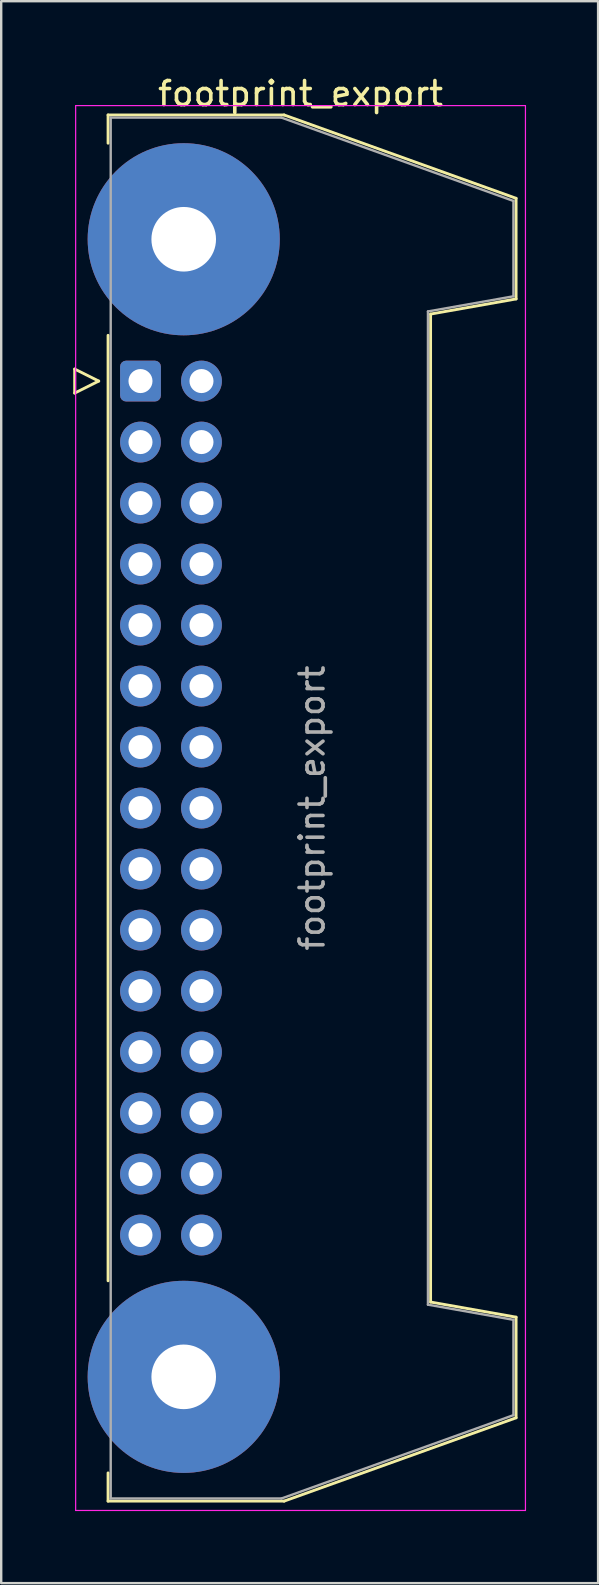
<source format=kicad_pcb>
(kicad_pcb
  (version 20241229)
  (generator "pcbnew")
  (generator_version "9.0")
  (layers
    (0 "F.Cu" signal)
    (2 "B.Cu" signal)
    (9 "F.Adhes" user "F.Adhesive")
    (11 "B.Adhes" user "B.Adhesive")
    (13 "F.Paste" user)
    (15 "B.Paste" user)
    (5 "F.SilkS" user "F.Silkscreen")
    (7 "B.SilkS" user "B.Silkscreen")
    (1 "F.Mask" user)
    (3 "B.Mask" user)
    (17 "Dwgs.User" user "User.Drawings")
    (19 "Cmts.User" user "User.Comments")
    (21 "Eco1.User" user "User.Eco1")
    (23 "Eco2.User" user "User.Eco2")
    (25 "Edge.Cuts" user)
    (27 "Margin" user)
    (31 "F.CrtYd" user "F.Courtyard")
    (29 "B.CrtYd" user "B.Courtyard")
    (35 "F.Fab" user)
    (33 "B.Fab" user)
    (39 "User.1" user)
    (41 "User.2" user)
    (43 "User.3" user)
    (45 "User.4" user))
  (footprint "footprint_export"
    (layer "F.Cu")
    (at 2.8 12.818)
    (property "Reference" "footprint_export" (at 6.665 -11.97 0) (layer "F.SilkS") (effects (font (size 1 1) (thickness 0.15))))
    (attr through_hole)
    (fp_line (start -2.74 -0.5) (end -2.74 0.5) (stroke (width 0.12) (type solid)) (layer "F.SilkS"))
    (fp_line (start -2.74 0.5) (end -1.74 0) (stroke (width 0.12) (type solid)) (layer "F.SilkS"))
    (fp_line (start -1.74 0) (end -2.74 -0.5) (stroke (width 0.12) (type solid)) (layer "F.SilkS"))
    (fp_line (start -1.35 -11.08) (end -1.35 -9.905) (stroke (width 0.12) (type solid)) (layer "F.SilkS"))
    (fp_line (start -1.35 -11.08) (end 5.98 -11.08) (stroke (width 0.12) (type solid)) (layer "F.SilkS"))
    (fp_line (start -1.35 -1.905) (end -1.35 37.465) (stroke (width 0.12) (type solid)) (layer "F.SilkS"))
    (fp_line (start -1.35 45.465) (end -1.35 46.64) (stroke (width 0.12) (type solid)) (layer "F.SilkS"))
    (fp_line (start 5.98 -11.08) (end 15.64 -7.61) (stroke (width 0.12) (type solid)) (layer "F.SilkS"))
    (fp_line (start 5.98 46.64) (end -1.35 46.64) (stroke (width 0.12) (type solid)) (layer "F.SilkS"))
    (fp_line (start 12.08 -2.79) (end 12.08 38.35) (stroke (width 0.12) (type solid)) (layer "F.SilkS"))
    (fp_line (start 12.08 38.35) (end 15.64 38.98) (stroke (width 0.12) (type solid)) (layer "F.SilkS"))
    (fp_line (start 15.64 -7.61) (end 15.64 -3.42) (stroke (width 0.12) (type solid)) (layer "F.SilkS"))
    (fp_line (start 15.64 -3.42) (end 12.08 -2.79) (stroke (width 0.12) (type solid)) (layer "F.SilkS"))
    (fp_line (start 15.64 38.98) (end 15.64 43.17) (stroke (width 0.12) (type solid)) (layer "F.SilkS"))
    (fp_line (start 15.64 43.17) (end 5.98 46.64) (stroke (width 0.12) (type solid)) (layer "F.SilkS"))
    (fp_line (start -2.7 -11.47) (end -2.7 47.03) (stroke (width 0.05) (type solid)) (layer "F.CrtYd"))
    (fp_line (start -2.7 47.03) (end 16.03 47.03) (stroke (width 0.05) (type solid)) (layer "F.CrtYd"))
    (fp_line (start 16.03 -11.47) (end -2.7 -11.47) (stroke (width 0.05) (type solid)) (layer "F.CrtYd"))
    (fp_line (start 16.03 47.03) (end 16.03 -11.47) (stroke (width 0.05) (type solid)) (layer "F.CrtYd"))
    (fp_line (start -1.24 -10.97) (end 5.87 -10.97) (stroke (width 0.1) (type solid)) (layer "F.Fab"))
    (fp_line (start -1.24 46.53) (end -1.24 -10.97) (stroke (width 0.1) (type solid)) (layer "F.Fab"))
    (fp_line (start 5.87 -10.97) (end 15.53 -7.5) (stroke (width 0.1) (type solid)) (layer "F.Fab"))
    (fp_line (start 5.87 46.53) (end -1.24 46.53) (stroke (width 0.1) (type solid)) (layer "F.Fab"))
    (fp_line (start 11.97 -2.9) (end 11.97 38.46) (stroke (width 0.1) (type solid)) (layer "F.Fab"))
    (fp_line (start 11.97 38.46) (end 15.53 39.09) (stroke (width 0.1) (type solid)) (layer "F.Fab"))
    (fp_line (start 15.53 -7.5) (end 15.53 -3.53) (stroke (width 0.1) (type solid)) (layer "F.Fab"))
    (fp_line (start 15.53 -3.53) (end 11.97 -2.9) (stroke (width 0.1) (type solid)) (layer "F.Fab"))
    (fp_line (start 15.53 39.09) (end 15.53 43.06) (stroke (width 0.1) (type solid)) (layer "F.Fab"))
    (fp_line (start 15.53 43.06) (end 5.87 46.53) (stroke (width 0.1) (type solid)) (layer "F.Fab"))
    (fp_text user "${REFERENCE}" (at 7.145 17.78 90) (layer "F.Fab") (effects (font (size 1 1) (thickness 0.15))))
    (pad "1" thru_hole roundrect (at 0 0) (size 1.7 1.7) (drill 1) (layers "*.Cu" "*.Mask") (roundrect_rratio 0.147))
    (pad "2" thru_hole circle (at 2.54 0) (size 1.7 1.7) (drill 1) (layers "*.Cu" "*.Mask"))
    (pad "3" thru_hole circle (at 0 2.54) (size 1.7 1.7) (drill 1) (layers "*.Cu" "*.Mask"))
    (pad "4" thru_hole circle (at 2.54 2.54) (size 1.7 1.7) (drill 1) (layers "*.Cu" "*.Mask"))
    (pad "5" thru_hole circle (at 0 5.08) (size 1.7 1.7) (drill 1) (layers "*.Cu" "*.Mask"))
    (pad "6" thru_hole circle (at 2.54 5.08) (size 1.7 1.7) (drill 1) (layers "*.Cu" "*.Mask"))
    (pad "7" thru_hole circle (at 0 7.62) (size 1.7 1.7) (drill 1) (layers "*.Cu" "*.Mask"))
    (pad "8" thru_hole circle (at 2.54 7.62) (size 1.7 1.7) (drill 1) (layers "*.Cu" "*.Mask"))
    (pad "9" thru_hole circle (at 0 10.16) (size 1.7 1.7) (drill 1) (layers "*.Cu" "*.Mask"))
    (pad "10" thru_hole circle (at 2.54 10.16) (size 1.7 1.7) (drill 1) (layers "*.Cu" "*.Mask"))
    (pad "11" thru_hole circle (at 0 12.7) (size 1.7 1.7) (drill 1) (layers "*.Cu" "*.Mask"))
    (pad "12" thru_hole circle (at 2.54 12.7) (size 1.7 1.7) (drill 1) (layers "*.Cu" "*.Mask"))
    (pad "13" thru_hole circle (at 0 15.24) (size 1.7 1.7) (drill 1) (layers "*.Cu" "*.Mask"))
    (pad "14" thru_hole circle (at 2.54 15.24) (size 1.7 1.7) (drill 1) (layers "*.Cu" "*.Mask"))
    (pad "15" thru_hole circle (at 0 17.78) (size 1.7 1.7) (drill 1) (layers "*.Cu" "*.Mask"))
    (pad "16" thru_hole circle (at 2.54 17.78) (size 1.7 1.7) (drill 1) (layers "*.Cu" "*.Mask"))
    (pad "17" thru_hole circle (at 0 20.32) (size 1.7 1.7) (drill 1) (layers "*.Cu" "*.Mask"))
    (pad "18" thru_hole circle (at 2.54 20.32) (size 1.7 1.7) (drill 1) (layers "*.Cu" "*.Mask"))
    (pad "19" thru_hole circle (at 0 22.86) (size 1.7 1.7) (drill 1) (layers "*.Cu" "*.Mask"))
    (pad "20" thru_hole circle (at 2.54 22.86) (size 1.7 1.7) (drill 1) (layers "*.Cu" "*.Mask"))
    (pad "21" thru_hole circle (at 0 25.4) (size 1.7 1.7) (drill 1) (layers "*.Cu" "*.Mask"))
    (pad "22" thru_hole circle (at 2.54 25.4) (size 1.7 1.7) (drill 1) (layers "*.Cu" "*.Mask"))
    (pad "23" thru_hole circle (at 0 27.94) (size 1.7 1.7) (drill 1) (layers "*.Cu" "*.Mask"))
    (pad "24" thru_hole circle (at 2.54 27.94) (size 1.7 1.7) (drill 1) (layers "*.Cu" "*.Mask"))
    (pad "25" thru_hole circle (at 0 30.48) (size 1.7 1.7) (drill 1) (layers "*.Cu" "*.Mask"))
    (pad "26" thru_hole circle (at 2.54 30.48) (size 1.7 1.7) (drill 1) (layers "*.Cu" "*.Mask"))
    (pad "27" thru_hole circle (at 0 33.02) (size 1.7 1.7) (drill 1) (layers "*.Cu" "*.Mask"))
    (pad "28" thru_hole circle (at 2.54 33.02) (size 1.7 1.7) (drill 1) (layers "*.Cu" "*.Mask"))
    (pad "29" thru_hole circle (at 0 35.56) (size 1.7 1.7) (drill 1) (layers "*.Cu" "*.Mask"))
    (pad "30" thru_hole circle (at 2.54 35.56) (size 1.7 1.7) (drill 1) (layers "*.Cu" "*.Mask"))
    (pad "MP" thru_hole circle (at 1.8 -5.905) (size 8 8) (drill 2.69) (layers "*.Cu" "*.Mask"))
    (pad "MP" thru_hole circle (at 1.8 41.465) (size 8 8) (drill 2.69) (layers "*.Cu" "*.Mask")))
  (gr_rect
    (start -3 -3)
    (end 21.855 62.873)
    (stroke (width 0.1) (type default))
    (fill no)
    (layer "Edge.Cuts")))
</source>
